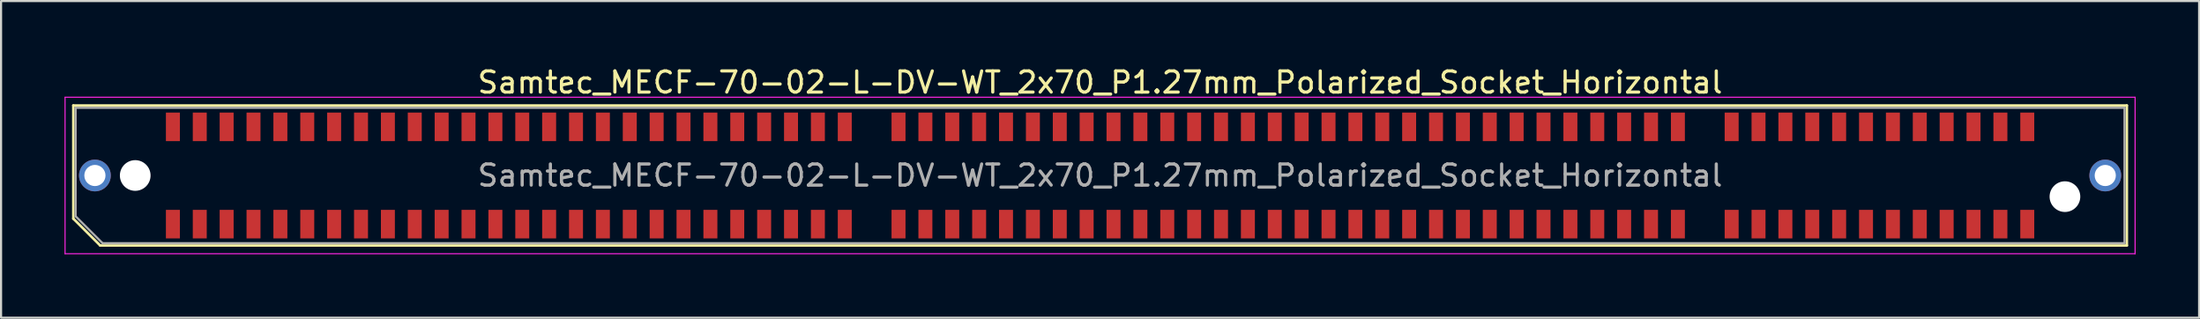
<source format=kicad_pcb>
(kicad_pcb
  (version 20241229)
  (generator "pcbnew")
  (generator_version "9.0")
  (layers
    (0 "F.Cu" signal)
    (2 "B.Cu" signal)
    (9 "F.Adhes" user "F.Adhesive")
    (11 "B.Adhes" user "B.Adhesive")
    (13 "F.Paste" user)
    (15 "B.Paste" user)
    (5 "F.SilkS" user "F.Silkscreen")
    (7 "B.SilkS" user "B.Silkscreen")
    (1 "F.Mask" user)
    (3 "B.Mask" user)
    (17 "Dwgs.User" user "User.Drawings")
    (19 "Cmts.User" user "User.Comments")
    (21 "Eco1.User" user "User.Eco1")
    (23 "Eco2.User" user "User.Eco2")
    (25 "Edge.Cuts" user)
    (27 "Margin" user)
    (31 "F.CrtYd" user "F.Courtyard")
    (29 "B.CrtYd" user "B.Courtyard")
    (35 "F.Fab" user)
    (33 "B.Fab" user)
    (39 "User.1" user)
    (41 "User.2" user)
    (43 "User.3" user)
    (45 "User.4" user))
  (footprint "Samtec_MECF-70-02-L-DV-WT_2x70_P1.27mm_Polarized_Socket_Horizontal"
    (layer "F.Cu")
    (at 48.935 5.248)
    (property "Reference" "Samtec_MECF-70-02-L-DV-WT_2x70_P1.27mm_Polarized_Socket_Horizontal" (at 0 -4.4 0) (layer "F.SilkS") (effects (font (size 1 1) (thickness 0.15))))
    (attr smd)
    (fp_line (start -48.52 -3.31) (end 48.52 -3.31) (stroke (width 0.12) (type solid)) (layer "F.SilkS"))
    (fp_line (start -48.52 2.04) (end -48.52 -3.31) (stroke (width 0.12) (type solid)) (layer "F.SilkS"))
    (fp_line (start -47.25 3.31) (end -48.52 2.04) (stroke (width 0.12) (type solid)) (layer "F.SilkS"))
    (fp_line (start -47.25 3.31) (end 48.52 3.31) (stroke (width 0.12) (type solid)) (layer "F.SilkS"))
    (fp_line (start 48.52 3.31) (end 48.52 -3.31) (stroke (width 0.12) (type solid)) (layer "F.SilkS"))
    (fp_line (start -48.91 -3.7) (end -48.91 3.7) (stroke (width 0.05) (type solid)) (layer "F.CrtYd"))
    (fp_line (start -48.91 3.7) (end 48.91 3.7) (stroke (width 0.05) (type solid)) (layer "F.CrtYd"))
    (fp_line (start 48.91 -3.7) (end -48.91 -3.7) (stroke (width 0.05) (type solid)) (layer "F.CrtYd"))
    (fp_line (start 48.91 3.7) (end 48.91 -3.7) (stroke (width 0.05) (type solid)) (layer "F.CrtYd"))
    (fp_line (start -48.41 -3.2) (end 48.41 -3.2) (stroke (width 0.1) (type solid)) (layer "F.Fab"))
    (fp_line (start -48.41 1.93) (end -48.41 -3.2) (stroke (width 0.1) (type solid)) (layer "F.Fab"))
    (fp_line (start -48.41 1.93) (end -47.14 3.2) (stroke (width 0.1) (type solid)) (layer "F.Fab"))
    (fp_line (start -47.14 3.2) (end 48.41 3.2) (stroke (width 0.1) (type solid)) (layer "F.Fab"))
    (fp_line (start 48.41 3.2) (end 48.41 -3.2) (stroke (width 0.1) (type solid)) (layer "F.Fab"))
    (fp_text user "${REFERENCE}" (at 0 0 0) (layer "F.Fab") (effects (font (size 1 1) (thickness 0.15))))
    (pad "" thru_hole circle (at -47.5 0) (size 1.5 1.5) (drill 1) (layers "*.Cu" "*.Mask"))
    (pad "" np_thru_hole circle (at -45.595 0) (size 1.45 1.45) (drill 1.45) (layers "*.Cu" "*.Mask"))
    (pad "" np_thru_hole circle (at 45.595 1) (size 1.45 1.45) (drill 1.45) (layers "*.Cu" "*.Mask"))
    (pad "" thru_hole circle (at 47.5 0) (size 1.5 1.5) (drill 1) (layers "*.Cu" "*.Mask"))
    (pad "1" smd rect (at -43.815 2.3) (size 0.66 1.35) (layers "F.Cu" "F.Mask" "F.Paste"))
    (pad "2" smd rect (at -43.815 -2.3) (size 0.66 1.35) (layers "F.Cu" "F.Mask" "F.Paste"))
    (pad "3" smd rect (at -42.545 2.3) (size 0.66 1.35) (layers "F.Cu" "F.Mask" "F.Paste"))
    (pad "4" smd rect (at -42.545 -2.3) (size 0.66 1.35) (layers "F.Cu" "F.Mask" "F.Paste"))
    (pad "5" smd rect (at -41.275 2.3) (size 0.66 1.35) (layers "F.Cu" "F.Mask" "F.Paste"))
    (pad "6" smd rect (at -41.275 -2.3) (size 0.66 1.35) (layers "F.Cu" "F.Mask" "F.Paste"))
    (pad "7" smd rect (at -40.005 2.3) (size 0.66 1.35) (layers "F.Cu" "F.Mask" "F.Paste"))
    (pad "8" smd rect (at -40.005 -2.3) (size 0.66 1.35) (layers "F.Cu" "F.Mask" "F.Paste"))
    (pad "9" smd rect (at -38.735 2.3) (size 0.66 1.35) (layers "F.Cu" "F.Mask" "F.Paste"))
    (pad "10" smd rect (at -38.735 -2.3) (size 0.66 1.35) (layers "F.Cu" "F.Mask" "F.Paste"))
    (pad "11" smd rect (at -37.465 2.3) (size 0.66 1.35) (layers "F.Cu" "F.Mask" "F.Paste"))
    (pad "12" smd rect (at -37.465 -2.3) (size 0.66 1.35) (layers "F.Cu" "F.Mask" "F.Paste"))
    (pad "13" smd rect (at -36.195 2.3) (size 0.66 1.35) (layers "F.Cu" "F.Mask" "F.Paste"))
    (pad "14" smd rect (at -36.195 -2.3) (size 0.66 1.35) (layers "F.Cu" "F.Mask" "F.Paste"))
    (pad "15" smd rect (at -34.925 2.3) (size 0.66 1.35) (layers "F.Cu" "F.Mask" "F.Paste"))
    (pad "16" smd rect (at -34.925 -2.3) (size 0.66 1.35) (layers "F.Cu" "F.Mask" "F.Paste"))
    (pad "17" smd rect (at -33.655 2.3) (size 0.66 1.35) (layers "F.Cu" "F.Mask" "F.Paste"))
    (pad "18" smd rect (at -33.655 -2.3) (size 0.66 1.35) (layers "F.Cu" "F.Mask" "F.Paste"))
    (pad "19" smd rect (at -32.385 2.3) (size 0.66 1.35) (layers "F.Cu" "F.Mask" "F.Paste"))
    (pad "20" smd rect (at -32.385 -2.3) (size 0.66 1.35) (layers "F.Cu" "F.Mask" "F.Paste"))
    (pad "21" smd rect (at -31.115 2.3) (size 0.66 1.35) (layers "F.Cu" "F.Mask" "F.Paste"))
    (pad "22" smd rect (at -31.115 -2.3) (size 0.66 1.35) (layers "F.Cu" "F.Mask" "F.Paste"))
    (pad "23" smd rect (at -29.845 2.3) (size 0.66 1.35) (layers "F.Cu" "F.Mask" "F.Paste"))
    (pad "24" smd rect (at -29.845 -2.3) (size 0.66 1.35) (layers "F.Cu" "F.Mask" "F.Paste"))
    (pad "25" smd rect (at -28.575 2.3) (size 0.66 1.35) (layers "F.Cu" "F.Mask" "F.Paste"))
    (pad "26" smd rect (at -28.575 -2.3) (size 0.66 1.35) (layers "F.Cu" "F.Mask" "F.Paste"))
    (pad "27" smd rect (at -27.305 2.3) (size 0.66 1.35) (layers "F.Cu" "F.Mask" "F.Paste"))
    (pad "28" smd rect (at -27.305 -2.3) (size 0.66 1.35) (layers "F.Cu" "F.Mask" "F.Paste"))
    (pad "29" smd rect (at -26.035 2.3) (size 0.66 1.35) (layers "F.Cu" "F.Mask" "F.Paste"))
    (pad "30" smd rect (at -26.035 -2.3) (size 0.66 1.35) (layers "F.Cu" "F.Mask" "F.Paste"))
    (pad "31" smd rect (at -24.765 2.3) (size 0.66 1.35) (layers "F.Cu" "F.Mask" "F.Paste"))
    (pad "32" smd rect (at -24.765 -2.3) (size 0.66 1.35) (layers "F.Cu" "F.Mask" "F.Paste"))
    (pad "33" smd rect (at -23.495 2.3) (size 0.66 1.35) (layers "F.Cu" "F.Mask" "F.Paste"))
    (pad "34" smd rect (at -23.495 -2.3) (size 0.66 1.35) (layers "F.Cu" "F.Mask" "F.Paste"))
    (pad "35" smd rect (at -22.225 2.3) (size 0.66 1.35) (layers "F.Cu" "F.Mask" "F.Paste"))
    (pad "36" smd rect (at -22.225 -2.3) (size 0.66 1.35) (layers "F.Cu" "F.Mask" "F.Paste"))
    (pad "37" smd rect (at -20.955 2.3) (size 0.66 1.35) (layers "F.Cu" "F.Mask" "F.Paste"))
    (pad "38" smd rect (at -20.955 -2.3) (size 0.66 1.35) (layers "F.Cu" "F.Mask" "F.Paste"))
    (pad "39" smd rect (at -19.685 2.3) (size 0.66 1.35) (layers "F.Cu" "F.Mask" "F.Paste"))
    (pad "40" smd rect (at -19.685 -2.3) (size 0.66 1.35) (layers "F.Cu" "F.Mask" "F.Paste"))
    (pad "41" smd rect (at -18.415 2.3) (size 0.66 1.35) (layers "F.Cu" "F.Mask" "F.Paste"))
    (pad "42" smd rect (at -18.415 -2.3) (size 0.66 1.35) (layers "F.Cu" "F.Mask" "F.Paste"))
    (pad "43" smd rect (at -17.145 2.3) (size 0.66 1.35) (layers "F.Cu" "F.Mask" "F.Paste"))
    (pad "44" smd rect (at -17.145 -2.3) (size 0.66 1.35) (layers "F.Cu" "F.Mask" "F.Paste"))
    (pad "45" smd rect (at -15.875 2.3) (size 0.66 1.35) (layers "F.Cu" "F.Mask" "F.Paste"))
    (pad "46" smd rect (at -15.875 -2.3) (size 0.66 1.35) (layers "F.Cu" "F.Mask" "F.Paste"))
    (pad "47" smd rect (at -14.605 2.3) (size 0.66 1.35) (layers "F.Cu" "F.Mask" "F.Paste"))
    (pad "48" smd rect (at -14.605 -2.3) (size 0.66 1.35) (layers "F.Cu" "F.Mask" "F.Paste"))
    (pad "49" smd rect (at -13.335 2.3) (size 0.66 1.35) (layers "F.Cu" "F.Mask" "F.Paste"))
    (pad "50" smd rect (at -13.335 -2.3) (size 0.66 1.35) (layers "F.Cu" "F.Mask" "F.Paste"))
    (pad "51" smd rect (at -12.065 2.3) (size 0.66 1.35) (layers "F.Cu" "F.Mask" "F.Paste"))
    (pad "52" smd rect (at -12.065 -2.3) (size 0.66 1.35) (layers "F.Cu" "F.Mask" "F.Paste"))
    (pad "55" smd rect (at -9.525 2.3) (size 0.66 1.35) (layers "F.Cu" "F.Mask" "F.Paste"))
    (pad "56" smd rect (at -9.525 -2.3) (size 0.66 1.35) (layers "F.Cu" "F.Mask" "F.Paste"))
    (pad "57" smd rect (at -8.255 2.3) (size 0.66 1.35) (layers "F.Cu" "F.Mask" "F.Paste"))
    (pad "58" smd rect (at -8.255 -2.3) (size 0.66 1.35) (layers "F.Cu" "F.Mask" "F.Paste"))
    (pad "59" smd rect (at -6.985 2.3) (size 0.66 1.35) (layers "F.Cu" "F.Mask" "F.Paste"))
    (pad "60" smd rect (at -6.985 -2.3) (size 0.66 1.35) (layers "F.Cu" "F.Mask" "F.Paste"))
    (pad "61" smd rect (at -5.715 2.3) (size 0.66 1.35) (layers "F.Cu" "F.Mask" "F.Paste"))
    (pad "62" smd rect (at -5.715 -2.3) (size 0.66 1.35) (layers "F.Cu" "F.Mask" "F.Paste"))
    (pad "63" smd rect (at -4.445 2.3) (size 0.66 1.35) (layers "F.Cu" "F.Mask" "F.Paste"))
    (pad "64" smd rect (at -4.445 -2.3) (size 0.66 1.35) (layers "F.Cu" "F.Mask" "F.Paste"))
    (pad "65" smd rect (at -3.175 2.3) (size 0.66 1.35) (layers "F.Cu" "F.Mask" "F.Paste"))
    (pad "66" smd rect (at -3.175 -2.3) (size 0.66 1.35) (layers "F.Cu" "F.Mask" "F.Paste"))
    (pad "67" smd rect (at -1.905 2.3) (size 0.66 1.35) (layers "F.Cu" "F.Mask" "F.Paste"))
    (pad "68" smd rect (at -1.905 -2.3) (size 0.66 1.35) (layers "F.Cu" "F.Mask" "F.Paste"))
    (pad "69" smd rect (at -0.635 2.3) (size 0.66 1.35) (layers "F.Cu" "F.Mask" "F.Paste"))
    (pad "70" smd rect (at -0.635 -2.3) (size 0.66 1.35) (layers "F.Cu" "F.Mask" "F.Paste"))
    (pad "71" smd rect (at 0.635 2.3) (size 0.66 1.35) (layers "F.Cu" "F.Mask" "F.Paste"))
    (pad "72" smd rect (at 0.635 -2.3) (size 0.66 1.35) (layers "F.Cu" "F.Mask" "F.Paste"))
    (pad "73" smd rect (at 1.905 2.3) (size 0.66 1.35) (layers "F.Cu" "F.Mask" "F.Paste"))
    (pad "74" smd rect (at 1.905 -2.3) (size 0.66 1.35) (layers "F.Cu" "F.Mask" "F.Paste"))
    (pad "75" smd rect (at 3.175 2.3) (size 0.66 1.35) (layers "F.Cu" "F.Mask" "F.Paste"))
    (pad "76" smd rect (at 3.175 -2.3) (size 0.66 1.35) (layers "F.Cu" "F.Mask" "F.Paste"))
    (pad "77" smd rect (at 4.445 2.3) (size 0.66 1.35) (layers "F.Cu" "F.Mask" "F.Paste"))
    (pad "78" smd rect (at 4.445 -2.3) (size 0.66 1.35) (layers "F.Cu" "F.Mask" "F.Paste"))
    (pad "79" smd rect (at 5.715 2.3) (size 0.66 1.35) (layers "F.Cu" "F.Mask" "F.Paste"))
    (pad "80" smd rect (at 5.715 -2.3) (size 0.66 1.35) (layers "F.Cu" "F.Mask" "F.Paste"))
    (pad "81" smd rect (at 6.985 2.3) (size 0.66 1.35) (layers "F.Cu" "F.Mask" "F.Paste"))
    (pad "82" smd rect (at 6.985 -2.3) (size 0.66 1.35) (layers "F.Cu" "F.Mask" "F.Paste"))
    (pad "83" smd rect (at 8.255 2.3) (size 0.66 1.35) (layers "F.Cu" "F.Mask" "F.Paste"))
    (pad "84" smd rect (at 8.255 -2.3) (size 0.66 1.35) (layers "F.Cu" "F.Mask" "F.Paste"))
    (pad "85" smd rect (at 9.525 2.3) (size 0.66 1.35) (layers "F.Cu" "F.Mask" "F.Paste"))
    (pad "86" smd rect (at 9.525 -2.3) (size 0.66 1.35) (layers "F.Cu" "F.Mask" "F.Paste"))
    (pad "87" smd rect (at 10.795 2.3) (size 0.66 1.35) (layers "F.Cu" "F.Mask" "F.Paste"))
    (pad "88" smd rect (at 10.795 -2.3) (size 0.66 1.35) (layers "F.Cu" "F.Mask" "F.Paste"))
    (pad "89" smd rect (at 12.065 2.3) (size 0.66 1.35) (layers "F.Cu" "F.Mask" "F.Paste"))
    (pad "90" smd rect (at 12.065 -2.3) (size 0.66 1.35) (layers "F.Cu" "F.Mask" "F.Paste"))
    (pad "91" smd rect (at 13.335 2.3) (size 0.66 1.35) (layers "F.Cu" "F.Mask" "F.Paste"))
    (pad "92" smd rect (at 13.335 -2.3) (size 0.66 1.35) (layers "F.Cu" "F.Mask" "F.Paste"))
    (pad "93" smd rect (at 14.605 2.3) (size 0.66 1.35) (layers "F.Cu" "F.Mask" "F.Paste"))
    (pad "94" smd rect (at 14.605 -2.3) (size 0.66 1.35) (layers "F.Cu" "F.Mask" "F.Paste"))
    (pad "95" smd rect (at 15.875 2.3) (size 0.66 1.35) (layers "F.Cu" "F.Mask" "F.Paste"))
    (pad "96" smd rect (at 15.875 -2.3) (size 0.66 1.35) (layers "F.Cu" "F.Mask" "F.Paste"))
    (pad "97" smd rect (at 17.145 2.3) (size 0.66 1.35) (layers "F.Cu" "F.Mask" "F.Paste"))
    (pad "98" smd rect (at 17.145 -2.3) (size 0.66 1.35) (layers "F.Cu" "F.Mask" "F.Paste"))
    (pad "99" smd rect (at 18.415 2.3) (size 0.66 1.35) (layers "F.Cu" "F.Mask" "F.Paste"))
    (pad "100" smd rect (at 18.415 -2.3) (size 0.66 1.35) (layers "F.Cu" "F.Mask" "F.Paste"))
    (pad "101" smd rect (at 19.685 2.3) (size 0.66 1.35) (layers "F.Cu" "F.Mask" "F.Paste"))
    (pad "102" smd rect (at 19.685 -2.3) (size 0.66 1.35) (layers "F.Cu" "F.Mask" "F.Paste"))
    (pad "103" smd rect (at 20.955 2.3) (size 0.66 1.35) (layers "F.Cu" "F.Mask" "F.Paste"))
    (pad "104" smd rect (at 20.955 -2.3) (size 0.66 1.35) (layers "F.Cu" "F.Mask" "F.Paste"))
    (pad "105" smd rect (at 22.225 2.3) (size 0.66 1.35) (layers "F.Cu" "F.Mask" "F.Paste"))
    (pad "106" smd rect (at 22.225 -2.3) (size 0.66 1.35) (layers "F.Cu" "F.Mask" "F.Paste"))
    (pad "107" smd rect (at 23.495 2.3) (size 0.66 1.35) (layers "F.Cu" "F.Mask" "F.Paste"))
    (pad "108" smd rect (at 23.495 -2.3) (size 0.66 1.35) (layers "F.Cu" "F.Mask" "F.Paste"))
    (pad "109" smd rect (at 24.765 2.3) (size 0.66 1.35) (layers "F.Cu" "F.Mask" "F.Paste"))
    (pad "110" smd rect (at 24.765 -2.3) (size 0.66 1.35) (layers "F.Cu" "F.Mask" "F.Paste"))
    (pad "111" smd rect (at 26.035 2.3) (size 0.66 1.35) (layers "F.Cu" "F.Mask" "F.Paste"))
    (pad "112" smd rect (at 26.035 -2.3) (size 0.66 1.35) (layers "F.Cu" "F.Mask" "F.Paste"))
    (pad "113" smd rect (at 27.305 2.3) (size 0.66 1.35) (layers "F.Cu" "F.Mask" "F.Paste"))
    (pad "114" smd rect (at 27.305 -2.3) (size 0.66 1.35) (layers "F.Cu" "F.Mask" "F.Paste"))
    (pad "117" smd rect (at 29.845 2.3) (size 0.66 1.35) (layers "F.Cu" "F.Mask" "F.Paste"))
    (pad "118" smd rect (at 29.845 -2.3) (size 0.66 1.35) (layers "F.Cu" "F.Mask" "F.Paste"))
    (pad "119" smd rect (at 31.115 2.3) (size 0.66 1.35) (layers "F.Cu" "F.Mask" "F.Paste"))
    (pad "120" smd rect (at 31.115 -2.3) (size 0.66 1.35) (layers "F.Cu" "F.Mask" "F.Paste"))
    (pad "121" smd rect (at 32.385 2.3) (size 0.66 1.35) (layers "F.Cu" "F.Mask" "F.Paste"))
    (pad "122" smd rect (at 32.385 -2.3) (size 0.66 1.35) (layers "F.Cu" "F.Mask" "F.Paste"))
    (pad "123" smd rect (at 33.655 2.3) (size 0.66 1.35) (layers "F.Cu" "F.Mask" "F.Paste"))
    (pad "124" smd rect (at 33.655 -2.3) (size 0.66 1.35) (layers "F.Cu" "F.Mask" "F.Paste"))
    (pad "125" smd rect (at 34.925 2.3) (size 0.66 1.35) (layers "F.Cu" "F.Mask" "F.Paste"))
    (pad "126" smd rect (at 34.925 -2.3) (size 0.66 1.35) (layers "F.Cu" "F.Mask" "F.Paste"))
    (pad "127" smd rect (at 36.195 2.3) (size 0.66 1.35) (layers "F.Cu" "F.Mask" "F.Paste"))
    (pad "128" smd rect (at 36.195 -2.3) (size 0.66 1.35) (layers "F.Cu" "F.Mask" "F.Paste"))
    (pad "129" smd rect (at 37.465 2.3) (size 0.66 1.35) (layers "F.Cu" "F.Mask" "F.Paste"))
    (pad "130" smd rect (at 37.465 -2.3) (size 0.66 1.35) (layers "F.Cu" "F.Mask" "F.Paste"))
    (pad "131" smd rect (at 38.735 2.3) (size 0.66 1.35) (layers "F.Cu" "F.Mask" "F.Paste"))
    (pad "132" smd rect (at 38.735 -2.3) (size 0.66 1.35) (layers "F.Cu" "F.Mask" "F.Paste"))
    (pad "133" smd rect (at 40.005 2.3) (size 0.66 1.35) (layers "F.Cu" "F.Mask" "F.Paste"))
    (pad "134" smd rect (at 40.005 -2.3) (size 0.66 1.35) (layers "F.Cu" "F.Mask" "F.Paste"))
    (pad "135" smd rect (at 41.275 2.3) (size 0.66 1.35) (layers "F.Cu" "F.Mask" "F.Paste"))
    (pad "136" smd rect (at 41.275 -2.3) (size 0.66 1.35) (layers "F.Cu" "F.Mask" "F.Paste"))
    (pad "137" smd rect (at 42.545 2.3) (size 0.66 1.35) (layers "F.Cu" "F.Mask" "F.Paste"))
    (pad "138" smd rect (at 42.545 -2.3) (size 0.66 1.35) (layers "F.Cu" "F.Mask" "F.Paste"))
    (pad "139" smd rect (at 43.815 2.3) (size 0.66 1.35) (layers "F.Cu" "F.Mask" "F.Paste"))
    (pad "140" smd rect (at 43.815 -2.3) (size 0.66 1.35) (layers "F.Cu" "F.Mask" "F.Paste")))
  (gr_rect
    (start -3 -3)
    (end 100.87 11.973)
    (stroke (width 0.1) (type default))
    (fill no)
    (layer "Edge.Cuts")))
</source>
